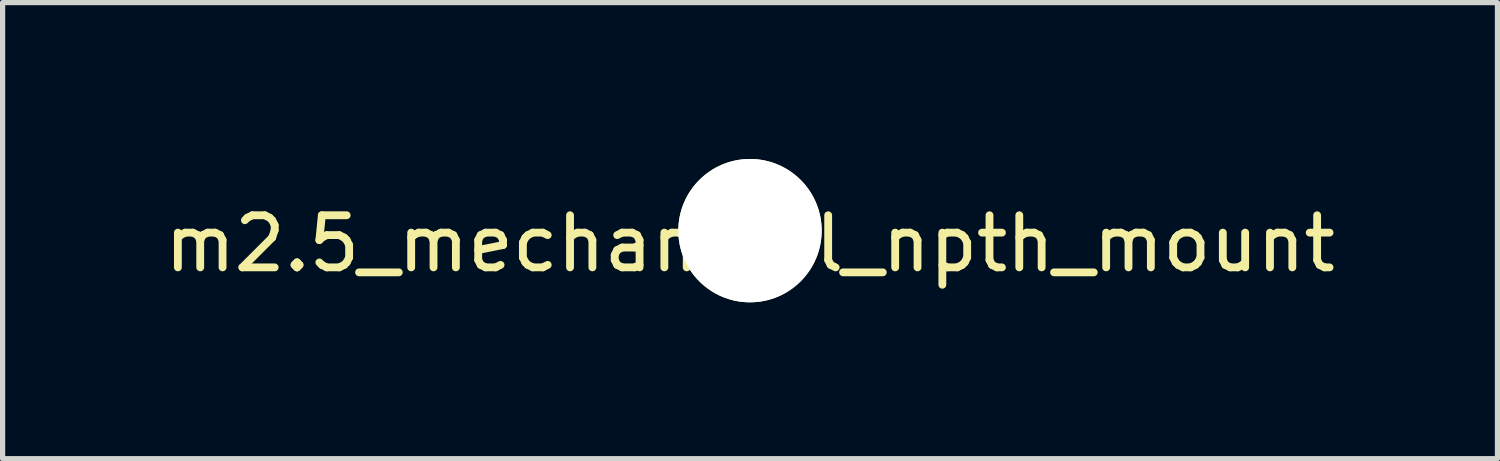
<source format=kicad_pcb>
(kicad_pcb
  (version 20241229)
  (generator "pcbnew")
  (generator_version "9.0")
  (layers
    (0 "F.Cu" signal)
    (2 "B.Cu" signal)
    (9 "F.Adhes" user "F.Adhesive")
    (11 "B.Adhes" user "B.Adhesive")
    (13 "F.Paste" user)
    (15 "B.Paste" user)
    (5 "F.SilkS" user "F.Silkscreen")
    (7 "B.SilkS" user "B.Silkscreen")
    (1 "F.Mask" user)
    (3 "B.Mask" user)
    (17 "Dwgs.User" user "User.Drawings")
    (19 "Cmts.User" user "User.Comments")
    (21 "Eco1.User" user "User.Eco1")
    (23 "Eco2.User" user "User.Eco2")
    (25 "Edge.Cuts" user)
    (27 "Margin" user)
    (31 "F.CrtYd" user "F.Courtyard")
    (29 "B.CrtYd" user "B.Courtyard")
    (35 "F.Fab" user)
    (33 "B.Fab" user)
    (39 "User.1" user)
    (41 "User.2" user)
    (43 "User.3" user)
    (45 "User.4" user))
  (footprint "m2.5_mechanical_npth_mount"
    (layer "F.Cu")
    (at 11.339 1.125)
    (property "Reference" "m2.5_mechanical_npth_mount" (at 0 0.5 0) (layer "F.SilkS") (effects (font (size 1 1) (thickness 0.15))))
    (attr through_hole)
    (pad "" np_thru_hole circle (at 0 0.25) (size 2.75 2.75) (drill 2.75) (layers "*.Cu" "*.Mask" "F.SilkS")))
  (gr_rect
    (start -3 -3)
    (end 25.679 5.75)
    (stroke (width 0.1) (type default))
    (fill no)
    (layer "Edge.Cuts")))
</source>
